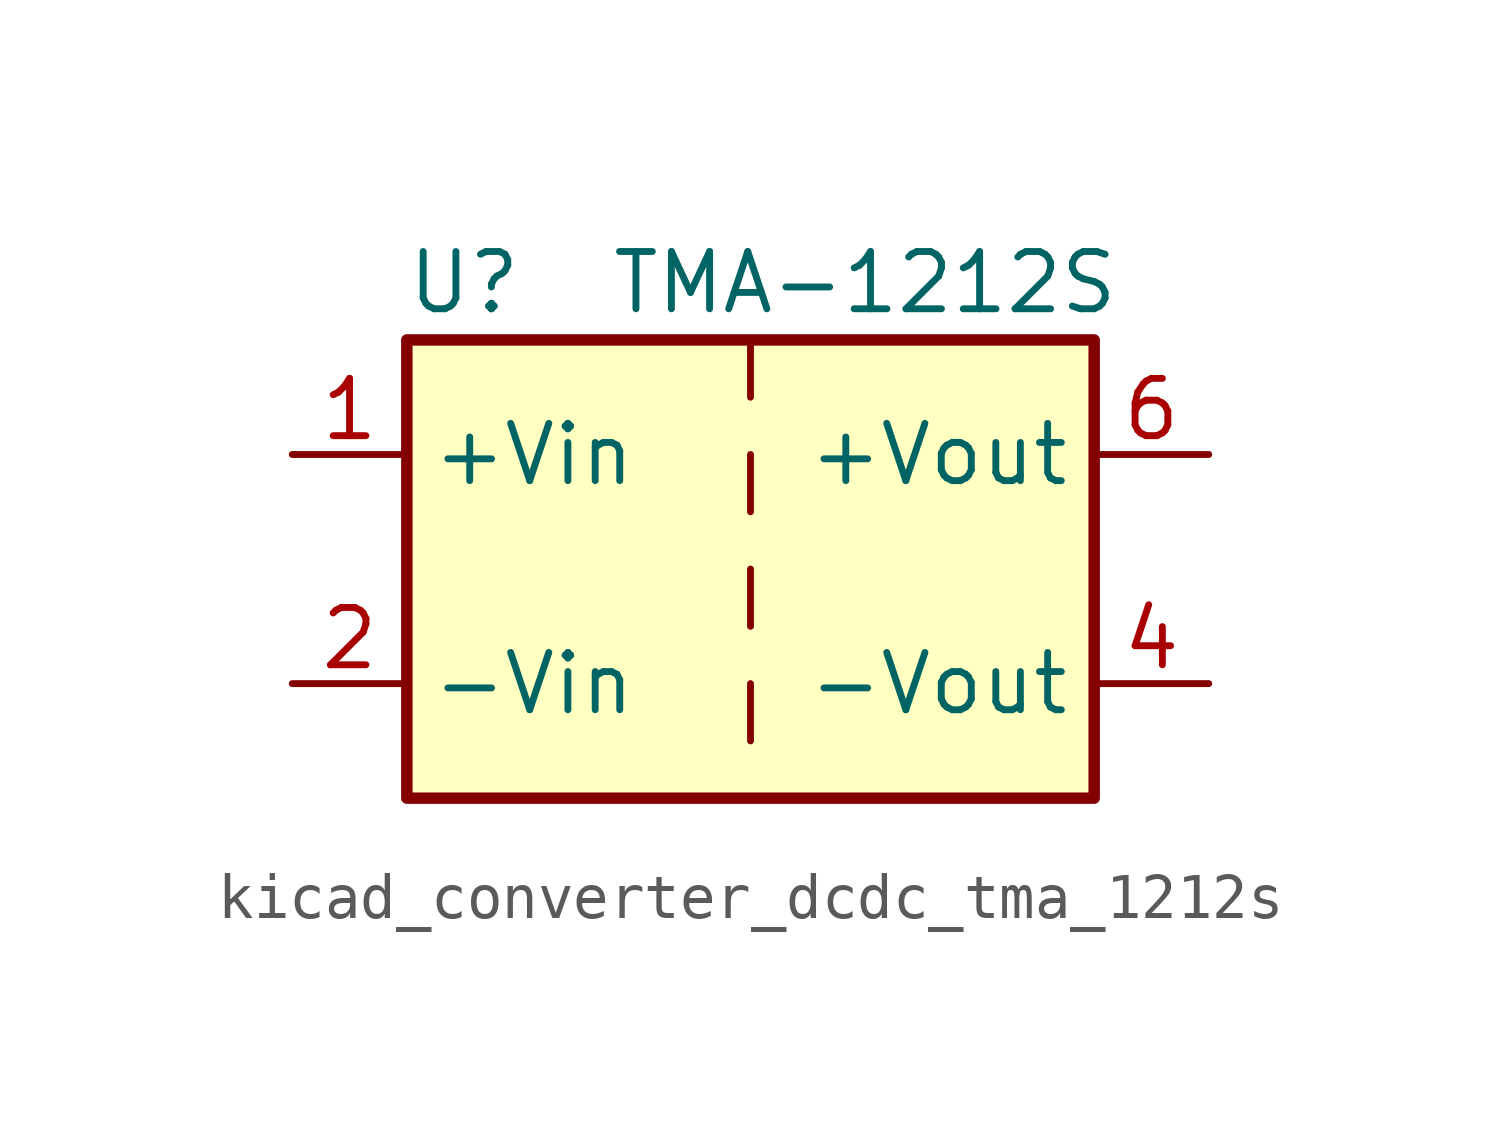
<source format=kicad_sym>
(kicad_symbol_lib
  (version 20220914)
  (generator kicad_symbol_editor)
  (symbol "kicad_converter_dcdc_tma_1212s"
    (property "Reference" "U"
      (at -6.35 6.35 0)
      (effects (font (size 1.27 1.27))))
    (property "Value" "TMA-1212S"
      (at 2.54 6.35 0)
      (effects (font (size 1.27 1.27))))
    (symbol "kicad_converter_dcdc_tma_1212s_0_1"
      (rectangle (start -7.62 5.08) (end 7.62 -5.08) (stroke (width 0.254) (type default)) (fill (type background)))
      (polyline (pts (xy 0 -2.54) (xy 0 -3.81)) (stroke (width 0) (type default)) (fill (type none)))
      (polyline (pts (xy 0 0) (xy 0 -1.27)) (stroke (width 0) (type default)) (fill (type none)))
      (polyline (pts (xy 0 2.54) (xy 0 1.27)) (stroke (width 0) (type default)) (fill (type none)))
      (polyline (pts (xy 0 5.08) (xy 0 3.81)) (stroke (width 0) (type default)) (fill (type none))))
    (symbol "kicad_converter_dcdc_tma_1212s_1_1"
      (pin power_in line (at -10.16 2.54 0) (length 2.54) (name "+Vin" (effects (font (size 1.27 1.27)))) (number "1" (effects (font (size 1.27 1.27)))))
      (pin power_in line (at -10.16 -2.54 0) (length 2.54) (name "-Vin" (effects (font (size 1.27 1.27)))) (number "2" (effects (font (size 1.27 1.27)))))
      (pin power_out line (at 10.16 -2.54 180) (length 2.54) (name "-Vout" (effects (font (size 1.27 1.27)))) (number "4" (effects (font (size 1.27 1.27)))))
      (pin power_out line (at 10.16 2.54 180) (length 2.54) (name "+Vout" (effects (font (size 1.27 1.27)))) (number "6" (effects (font (size 1.27 1.27))))))))
</source>
